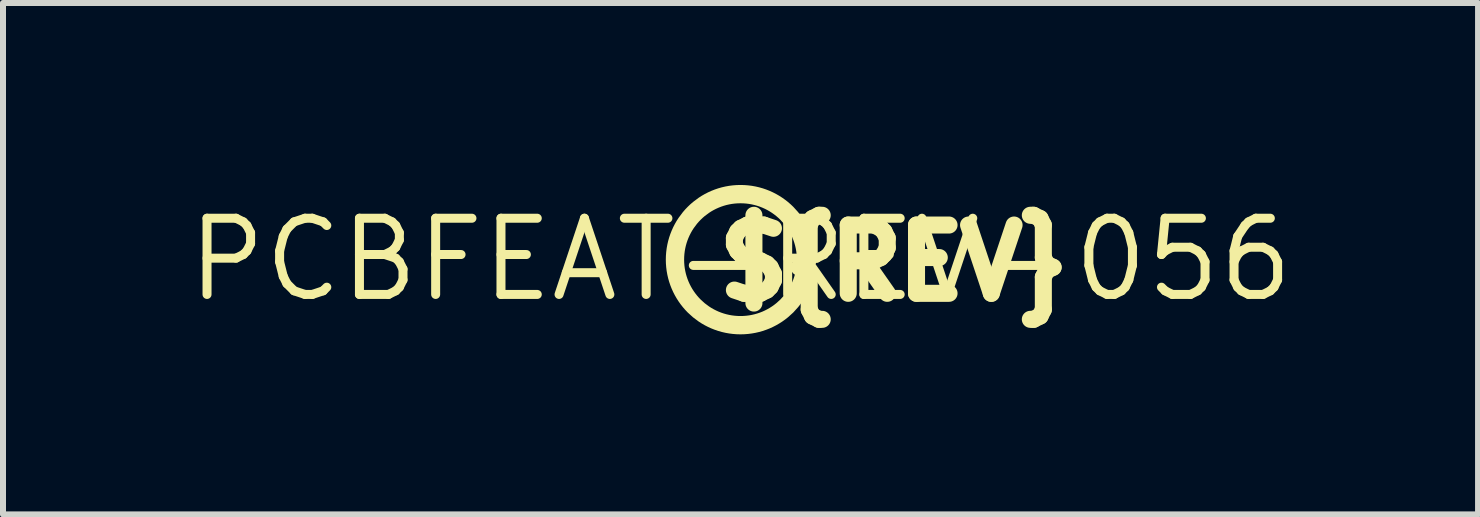
<source format=kicad_pcb>
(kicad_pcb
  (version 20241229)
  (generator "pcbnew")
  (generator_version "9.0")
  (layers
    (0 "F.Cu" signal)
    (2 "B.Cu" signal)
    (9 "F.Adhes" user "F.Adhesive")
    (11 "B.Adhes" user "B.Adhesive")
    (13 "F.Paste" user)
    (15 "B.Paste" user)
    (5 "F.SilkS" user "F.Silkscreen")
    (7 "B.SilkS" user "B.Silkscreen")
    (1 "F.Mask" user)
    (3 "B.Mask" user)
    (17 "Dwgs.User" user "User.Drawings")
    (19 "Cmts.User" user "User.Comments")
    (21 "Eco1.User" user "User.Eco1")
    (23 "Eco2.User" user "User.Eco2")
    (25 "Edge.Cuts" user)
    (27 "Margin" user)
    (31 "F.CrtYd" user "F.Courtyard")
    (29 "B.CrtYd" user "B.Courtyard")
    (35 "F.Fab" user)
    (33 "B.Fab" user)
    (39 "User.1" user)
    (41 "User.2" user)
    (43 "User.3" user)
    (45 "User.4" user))
  (footprint "PCBFEAT-REV-056"
    (layer "F.Cu")
    (at 9.29 1.277)
    (property "Reference" "PCBFEAT-REV-056" (at 0 0 0) (layer "F.SilkS") (effects (font (size 1.27 1.27) (thickness 0.15))))
    (fp_circle (center 0 0) (end 1.092 0) (stroke (width 0.305) (type solid)) (fill no) (layer "F.SilkS"))
    (fp_text user "${REV}" (at -0.505 0.715 0) (unlocked yes) (layer "F.SilkS") (effects (font (size 1.138 1.138) (thickness 0.284)) (justify left bottom))))
  (gr_rect
    (start -3 -3)
    (end 21.581 5.522)
    (stroke (width 0.1) (type default))
    (fill no)
    (layer "Edge.Cuts")))
</source>
